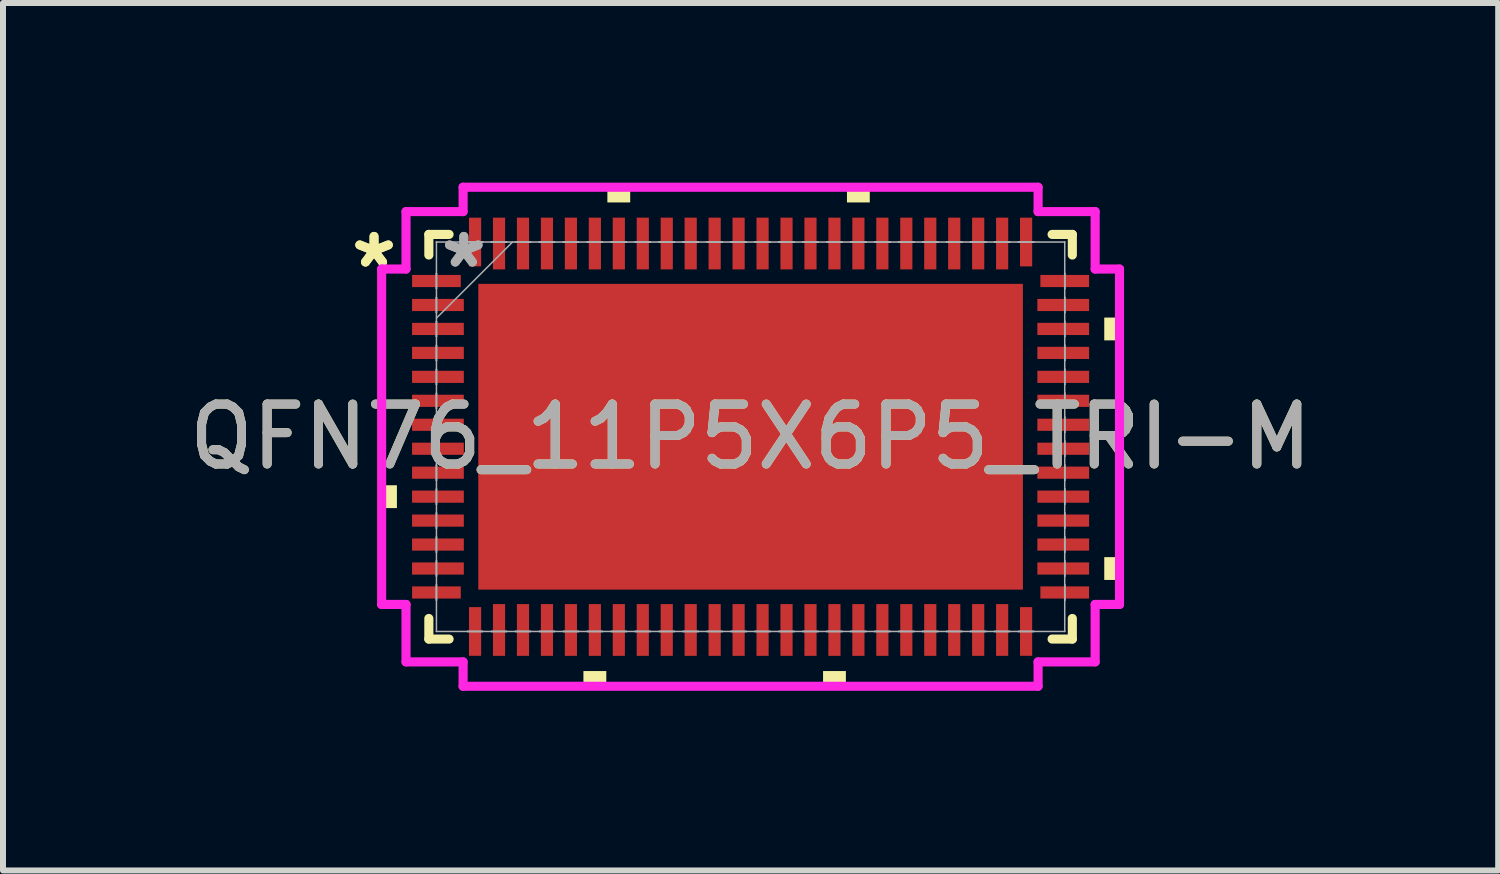
<source format=kicad_pcb>
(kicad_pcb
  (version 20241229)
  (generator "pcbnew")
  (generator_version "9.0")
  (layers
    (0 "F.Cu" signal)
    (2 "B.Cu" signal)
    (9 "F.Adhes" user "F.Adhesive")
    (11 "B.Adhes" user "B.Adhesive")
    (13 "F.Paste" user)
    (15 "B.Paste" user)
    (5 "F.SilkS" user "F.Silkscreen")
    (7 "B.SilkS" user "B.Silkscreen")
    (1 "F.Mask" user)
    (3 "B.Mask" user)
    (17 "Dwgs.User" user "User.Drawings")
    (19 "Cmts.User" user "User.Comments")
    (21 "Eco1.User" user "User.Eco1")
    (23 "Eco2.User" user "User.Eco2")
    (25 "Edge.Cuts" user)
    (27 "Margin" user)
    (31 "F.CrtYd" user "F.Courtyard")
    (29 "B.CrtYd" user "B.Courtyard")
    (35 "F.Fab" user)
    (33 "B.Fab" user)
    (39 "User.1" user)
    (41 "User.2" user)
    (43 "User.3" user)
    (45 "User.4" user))
  (footprint "QFN76_11P5X6P5_TRI-M"
    (layer "F.Cu")
    (at 9.482 4.242)
    (property "Reference" "QFN76_11P5X6P5_TRI-M" (at 0 0 0) (unlocked yes) (layer "F.SilkS") (effects (font (size 1 1) (thickness 0.15))))
    (attr smd)
    (fp_line (start -5.372 -3.378) (end -5.372 -3.034) (stroke (width 0.152) (type solid)) (layer "F.SilkS"))
    (fp_line (start -5.372 3.034) (end -5.372 3.378) (stroke (width 0.152) (type solid)) (layer "F.SilkS"))
    (fp_line (start -5.372 3.378) (end -5.034 3.378) (stroke (width 0.152) (type solid)) (layer "F.SilkS"))
    (fp_line (start -5.034 -3.378) (end -5.372 -3.378) (stroke (width 0.152) (type solid)) (layer "F.SilkS"))
    (fp_line (start 5.034 3.378) (end 5.372 3.378) (stroke (width 0.152) (type solid)) (layer "F.SilkS"))
    (fp_line (start 5.372 -3.378) (end 5.034 -3.378) (stroke (width 0.152) (type solid)) (layer "F.SilkS"))
    (fp_line (start 5.372 -3.034) (end 5.372 -3.378) (stroke (width 0.152) (type solid)) (layer "F.SilkS"))
    (fp_line (start 5.372 3.378) (end 5.372 3.034) (stroke (width 0.152) (type solid)) (layer "F.SilkS"))
    (fp_poly (pts (xy -6.16 0.81) (xy -6.16 1.191) (xy -5.905 1.191) (xy -5.905 0.81)) (stroke (width 0) (type solid)) (fill yes) (layer "F.SilkS"))
    (fp_poly (pts (xy -2.791 3.912) (xy -2.791 4.166) (xy -2.409 4.166) (xy -2.409 3.912)) (stroke (width 0) (type solid)) (fill yes) (layer "F.SilkS"))
    (fp_poly (pts (xy -2.391 -3.912) (xy -2.391 -4.166) (xy -2.01 -4.166) (xy -2.01 -3.912)) (stroke (width 0) (type solid)) (fill yes) (layer "F.SilkS"))
    (fp_poly (pts (xy 1.21 3.912) (xy 1.21 4.166) (xy 1.591 4.166) (xy 1.591 3.912)) (stroke (width 0) (type solid)) (fill yes) (layer "F.SilkS"))
    (fp_poly (pts (xy 1.609 -3.912) (xy 1.609 -4.166) (xy 1.99 -4.166) (xy 1.99 -3.912)) (stroke (width 0) (type solid)) (fill yes) (layer "F.SilkS"))
    (fp_poly (pts (xy 6.16 -1.99) (xy 6.16 -1.609) (xy 5.905 -1.609) (xy 5.905 -1.99)) (stroke (width 0) (type solid)) (fill yes) (layer "F.SilkS"))
    (fp_poly (pts (xy 6.16 2.01) (xy 6.16 2.391) (xy 5.905 2.391) (xy 5.905 2.01)) (stroke (width 0) (type solid)) (fill yes) (layer "F.SilkS"))
    (fp_poly (pts (xy -4.447 -2.453) (xy -4.447 -1.376) (xy -3.348 -1.376) (xy -3.348 -2.453)) (stroke (width 0) (type solid)) (fill yes) (layer "F.Paste"))
    (fp_poly (pts (xy -4.447 -1.176) (xy -4.447 -0.1) (xy -3.348 -0.1) (xy -3.348 -1.176)) (stroke (width 0) (type solid)) (fill yes) (layer "F.Paste"))
    (fp_poly (pts (xy -4.447 0.1) (xy -4.447 1.176) (xy -3.348 1.176) (xy -3.348 0.1)) (stroke (width 0) (type solid)) (fill yes) (layer "F.Paste"))
    (fp_poly (pts (xy -4.447 1.376) (xy -4.447 2.453) (xy -3.348 2.453) (xy -3.348 1.376)) (stroke (width 0) (type solid)) (fill yes) (layer "F.Paste"))
    (fp_poly (pts (xy -3.148 -2.453) (xy -3.148 -1.376) (xy -2.049 -1.376) (xy -2.049 -2.453)) (stroke (width 0) (type solid)) (fill yes) (layer "F.Paste"))
    (fp_poly (pts (xy -3.148 -1.176) (xy -3.148 -0.1) (xy -2.049 -0.1) (xy -2.049 -1.176)) (stroke (width 0) (type solid)) (fill yes) (layer "F.Paste"))
    (fp_poly (pts (xy -3.148 0.1) (xy -3.148 1.176) (xy -2.049 1.176) (xy -2.049 0.1)) (stroke (width 0) (type solid)) (fill yes) (layer "F.Paste"))
    (fp_poly (pts (xy -3.148 1.376) (xy -3.148 2.453) (xy -2.049 2.453) (xy -2.049 1.376)) (stroke (width 0) (type solid)) (fill yes) (layer "F.Paste"))
    (fp_poly (pts (xy -1.849 -2.453) (xy -1.849 -1.376) (xy -0.75 -1.376) (xy -0.75 -2.453)) (stroke (width 0) (type solid)) (fill yes) (layer "F.Paste"))
    (fp_poly (pts (xy -1.849 -1.176) (xy -1.849 -0.1) (xy -0.75 -0.1) (xy -0.75 -1.176)) (stroke (width 0) (type solid)) (fill yes) (layer "F.Paste"))
    (fp_poly (pts (xy -1.849 0.1) (xy -1.849 1.176) (xy -0.75 1.176) (xy -0.75 0.1)) (stroke (width 0) (type solid)) (fill yes) (layer "F.Paste"))
    (fp_poly (pts (xy -1.849 1.376) (xy -1.849 2.453) (xy -0.75 2.453) (xy -0.75 1.376)) (stroke (width 0) (type solid)) (fill yes) (layer "F.Paste"))
    (fp_poly (pts (xy -0.55 -2.453) (xy -0.55 -1.376) (xy 0.55 -1.376) (xy 0.55 -2.453)) (stroke (width 0) (type solid)) (fill yes) (layer "F.Paste"))
    (fp_poly (pts (xy -0.55 -1.176) (xy -0.55 -0.1) (xy 0.55 -0.1) (xy 0.55 -1.176)) (stroke (width 0) (type solid)) (fill yes) (layer "F.Paste"))
    (fp_poly (pts (xy -0.55 0.1) (xy -0.55 1.176) (xy 0.55 1.176) (xy 0.55 0.1)) (stroke (width 0) (type solid)) (fill yes) (layer "F.Paste"))
    (fp_poly (pts (xy -0.55 1.376) (xy -0.55 2.453) (xy 0.55 2.453) (xy 0.55 1.376)) (stroke (width 0) (type solid)) (fill yes) (layer "F.Paste"))
    (fp_poly (pts (xy 0.75 -2.453) (xy 0.75 -1.376) (xy 1.849 -1.376) (xy 1.849 -2.453)) (stroke (width 0) (type solid)) (fill yes) (layer "F.Paste"))
    (fp_poly (pts (xy 0.75 -1.176) (xy 0.75 -0.1) (xy 1.849 -0.1) (xy 1.849 -1.176)) (stroke (width 0) (type solid)) (fill yes) (layer "F.Paste"))
    (fp_poly (pts (xy 0.75 0.1) (xy 0.75 1.176) (xy 1.849 1.176) (xy 1.849 0.1)) (stroke (width 0) (type solid)) (fill yes) (layer "F.Paste"))
    (fp_poly (pts (xy 0.75 1.376) (xy 0.75 2.453) (xy 1.849 2.453) (xy 1.849 1.376)) (stroke (width 0) (type solid)) (fill yes) (layer "F.Paste"))
    (fp_poly (pts (xy 2.049 -2.453) (xy 2.049 -1.376) (xy 3.148 -1.376) (xy 3.148 -2.453)) (stroke (width 0) (type solid)) (fill yes) (layer "F.Paste"))
    (fp_poly (pts (xy 2.049 -1.176) (xy 2.049 -0.1) (xy 3.148 -0.1) (xy 3.148 -1.176)) (stroke (width 0) (type solid)) (fill yes) (layer "F.Paste"))
    (fp_poly (pts (xy 2.049 0.1) (xy 2.049 1.176) (xy 3.148 1.176) (xy 3.148 0.1)) (stroke (width 0) (type solid)) (fill yes) (layer "F.Paste"))
    (fp_poly (pts (xy 2.049 1.376) (xy 2.049 2.453) (xy 3.148 2.453) (xy 3.148 1.376)) (stroke (width 0) (type solid)) (fill yes) (layer "F.Paste"))
    (fp_poly (pts (xy 3.348 -2.453) (xy 3.348 -1.376) (xy 4.447 -1.376) (xy 4.447 -2.453)) (stroke (width 0) (type solid)) (fill yes) (layer "F.Paste"))
    (fp_poly (pts (xy 3.348 -1.176) (xy 3.348 -0.1) (xy 4.447 -0.1) (xy 4.447 -1.176)) (stroke (width 0) (type solid)) (fill yes) (layer "F.Paste"))
    (fp_poly (pts (xy 3.348 0.1) (xy 3.348 1.176) (xy 4.447 1.176) (xy 4.447 0.1)) (stroke (width 0) (type solid)) (fill yes) (layer "F.Paste"))
    (fp_poly (pts (xy 3.348 1.376) (xy 3.348 2.453) (xy 4.447 2.453) (xy 4.447 1.376)) (stroke (width 0) (type solid)) (fill yes) (layer "F.Paste"))
    (fp_line (start -6.16 -2.8) (end -5.753 -2.8) (stroke (width 0.152) (type solid)) (layer "F.CrtYd"))
    (fp_line (start -6.16 2.8) (end -6.16 -2.8) (stroke (width 0.152) (type solid)) (layer "F.CrtYd"))
    (fp_line (start -5.753 -3.759) (end -4.8 -3.759) (stroke (width 0.152) (type solid)) (layer "F.CrtYd"))
    (fp_line (start -5.753 -2.8) (end -5.753 -3.759) (stroke (width 0.152) (type solid)) (layer "F.CrtYd"))
    (fp_line (start -5.753 2.8) (end -6.16 2.8) (stroke (width 0.152) (type solid)) (layer "F.CrtYd"))
    (fp_line (start -5.753 3.759) (end -5.753 2.8) (stroke (width 0.152) (type solid)) (layer "F.CrtYd"))
    (fp_line (start -4.8 -4.166) (end 4.8 -4.166) (stroke (width 0.152) (type solid)) (layer "F.CrtYd"))
    (fp_line (start -4.8 -3.759) (end -4.8 -4.166) (stroke (width 0.152) (type solid)) (layer "F.CrtYd"))
    (fp_line (start -4.8 3.759) (end -5.753 3.759) (stroke (width 0.152) (type solid)) (layer "F.CrtYd"))
    (fp_line (start -4.8 4.166) (end -4.8 3.759) (stroke (width 0.152) (type solid)) (layer "F.CrtYd"))
    (fp_line (start 4.8 -4.166) (end 4.8 -3.759) (stroke (width 0.152) (type solid)) (layer "F.CrtYd"))
    (fp_line (start 4.8 -3.759) (end 5.753 -3.759) (stroke (width 0.152) (type solid)) (layer "F.CrtYd"))
    (fp_line (start 4.8 3.759) (end 4.8 4.166) (stroke (width 0.152) (type solid)) (layer "F.CrtYd"))
    (fp_line (start 4.8 4.166) (end -4.8 4.166) (stroke (width 0.152) (type solid)) (layer "F.CrtYd"))
    (fp_line (start 5.753 -3.759) (end 5.753 -2.8) (stroke (width 0.152) (type solid)) (layer "F.CrtYd"))
    (fp_line (start 5.753 -2.8) (end 6.16 -2.8) (stroke (width 0.152) (type solid)) (layer "F.CrtYd"))
    (fp_line (start 5.753 2.8) (end 5.753 3.759) (stroke (width 0.152) (type solid)) (layer "F.CrtYd"))
    (fp_line (start 5.753 3.759) (end 4.8 3.759) (stroke (width 0.152) (type solid)) (layer "F.CrtYd"))
    (fp_line (start 6.16 -2.8) (end 6.16 2.8) (stroke (width 0.152) (type solid)) (layer "F.CrtYd"))
    (fp_line (start 6.16 2.8) (end 5.753 2.8) (stroke (width 0.152) (type solid)) (layer "F.CrtYd"))
    (fp_line (start -5.245 -3.251) (end -5.245 -3.251) (stroke (width 0.025) (type solid)) (layer "F.Fab"))
    (fp_line (start -5.245 -3.251) (end -5.245 3.251) (stroke (width 0.025) (type solid)) (layer "F.Fab"))
    (fp_line (start -5.245 -2.727) (end -5.245 -2.727) (stroke (width 0.025) (type solid)) (layer "F.Fab"))
    (fp_line (start -5.245 -2.727) (end -5.245 -2.473) (stroke (width 0.025) (type solid)) (layer "F.Fab"))
    (fp_line (start -5.245 -2.473) (end -5.245 -2.727) (stroke (width 0.025) (type solid)) (layer "F.Fab"))
    (fp_line (start -5.245 -2.473) (end -5.245 -2.473) (stroke (width 0.025) (type solid)) (layer "F.Fab"))
    (fp_line (start -5.245 -2.327) (end -5.245 -2.327) (stroke (width 0.025) (type solid)) (layer "F.Fab"))
    (fp_line (start -5.245 -2.327) (end -5.245 -2.073) (stroke (width 0.025) (type solid)) (layer "F.Fab"))
    (fp_line (start -5.245 -2.073) (end -5.245 -2.327) (stroke (width 0.025) (type solid)) (layer "F.Fab"))
    (fp_line (start -5.245 -2.073) (end -5.245 -2.073) (stroke (width 0.025) (type solid)) (layer "F.Fab"))
    (fp_line (start -5.245 -1.981) (end -3.975 -3.251) (stroke (width 0.025) (type solid)) (layer "F.Fab"))
    (fp_line (start -5.245 -1.927) (end -5.245 -1.927) (stroke (width 0.025) (type solid)) (layer "F.Fab"))
    (fp_line (start -5.245 -1.927) (end -5.245 -1.673) (stroke (width 0.025) (type solid)) (layer "F.Fab"))
    (fp_line (start -5.245 -1.673) (end -5.245 -1.927) (stroke (width 0.025) (type solid)) (layer "F.Fab"))
    (fp_line (start -5.245 -1.673) (end -5.245 -1.673) (stroke (width 0.025) (type solid)) (layer "F.Fab"))
    (fp_line (start -5.245 -1.527) (end -5.245 -1.527) (stroke (width 0.025) (type solid)) (layer "F.Fab"))
    (fp_line (start -5.245 -1.527) (end -5.245 -1.273) (stroke (width 0.025) (type solid)) (layer "F.Fab"))
    (fp_line (start -5.245 -1.273) (end -5.245 -1.527) (stroke (width 0.025) (type solid)) (layer "F.Fab"))
    (fp_line (start -5.245 -1.273) (end -5.245 -1.273) (stroke (width 0.025) (type solid)) (layer "F.Fab"))
    (fp_line (start -5.245 -1.127) (end -5.245 -1.127) (stroke (width 0.025) (type solid)) (layer "F.Fab"))
    (fp_line (start -5.245 -1.127) (end -5.245 -0.873) (stroke (width 0.025) (type solid)) (layer "F.Fab"))
    (fp_line (start -5.245 -0.873) (end -5.245 -1.127) (stroke (width 0.025) (type solid)) (layer "F.Fab"))
    (fp_line (start -5.245 -0.873) (end -5.245 -0.873) (stroke (width 0.025) (type solid)) (layer "F.Fab"))
    (fp_line (start -5.245 -0.727) (end -5.245 -0.727) (stroke (width 0.025) (type solid)) (layer "F.Fab"))
    (fp_line (start -5.245 -0.727) (end -5.245 -0.473) (stroke (width 0.025) (type solid)) (layer "F.Fab"))
    (fp_line (start -5.245 -0.473) (end -5.245 -0.727) (stroke (width 0.025) (type solid)) (layer "F.Fab"))
    (fp_line (start -5.245 -0.473) (end -5.245 -0.473) (stroke (width 0.025) (type solid)) (layer "F.Fab"))
    (fp_line (start -5.245 -0.327) (end -5.245 -0.327) (stroke (width 0.025) (type solid)) (layer "F.Fab"))
    (fp_line (start -5.245 -0.327) (end -5.245 -0.073) (stroke (width 0.025) (type solid)) (layer "F.Fab"))
    (fp_line (start -5.245 -0.073) (end -5.245 -0.327) (stroke (width 0.025) (type solid)) (layer "F.Fab"))
    (fp_line (start -5.245 -0.073) (end -5.245 -0.073) (stroke (width 0.025) (type solid)) (layer "F.Fab"))
    (fp_line (start -5.245 0.073) (end -5.245 0.073) (stroke (width 0.025) (type solid)) (layer "F.Fab"))
    (fp_line (start -5.245 0.073) (end -5.245 0.327) (stroke (width 0.025) (type solid)) (layer "F.Fab"))
    (fp_line (start -5.245 0.327) (end -5.245 0.073) (stroke (width 0.025) (type solid)) (layer "F.Fab"))
    (fp_line (start -5.245 0.327) (end -5.245 0.327) (stroke (width 0.025) (type solid)) (layer "F.Fab"))
    (fp_line (start -5.245 0.473) (end -5.245 0.473) (stroke (width 0.025) (type solid)) (layer "F.Fab"))
    (fp_line (start -5.245 0.473) (end -5.245 0.727) (stroke (width 0.025) (type solid)) (layer "F.Fab"))
    (fp_line (start -5.245 0.727) (end -5.245 0.473) (stroke (width 0.025) (type solid)) (layer "F.Fab"))
    (fp_line (start -5.245 0.727) (end -5.245 0.727) (stroke (width 0.025) (type solid)) (layer "F.Fab"))
    (fp_line (start -5.245 0.873) (end -5.245 0.873) (stroke (width 0.025) (type solid)) (layer "F.Fab"))
    (fp_line (start -5.245 0.873) (end -5.245 1.127) (stroke (width 0.025) (type solid)) (layer "F.Fab"))
    (fp_line (start -5.245 1.127) (end -5.245 0.873) (stroke (width 0.025) (type solid)) (layer "F.Fab"))
    (fp_line (start -5.245 1.127) (end -5.245 1.127) (stroke (width 0.025) (type solid)) (layer "F.Fab"))
    (fp_line (start -5.245 1.273) (end -5.245 1.273) (stroke (width 0.025) (type solid)) (layer "F.Fab"))
    (fp_line (start -5.245 1.273) (end -5.245 1.527) (stroke (width 0.025) (type solid)) (layer "F.Fab"))
    (fp_line (start -5.245 1.527) (end -5.245 1.273) (stroke (width 0.025) (type solid)) (layer "F.Fab"))
    (fp_line (start -5.245 1.527) (end -5.245 1.527) (stroke (width 0.025) (type solid)) (layer "F.Fab"))
    (fp_line (start -5.245 1.673) (end -5.245 1.673) (stroke (width 0.025) (type solid)) (layer "F.Fab"))
    (fp_line (start -5.245 1.673) (end -5.245 1.927) (stroke (width 0.025) (type solid)) (layer "F.Fab"))
    (fp_line (start -5.245 1.927) (end -5.245 1.673) (stroke (width 0.025) (type solid)) (layer "F.Fab"))
    (fp_line (start -5.245 1.927) (end -5.245 1.927) (stroke (width 0.025) (type solid)) (layer "F.Fab"))
    (fp_line (start -5.245 2.073) (end -5.245 2.073) (stroke (width 0.025) (type solid)) (layer "F.Fab"))
    (fp_line (start -5.245 2.073) (end -5.245 2.327) (stroke (width 0.025) (type solid)) (layer "F.Fab"))
    (fp_line (start -5.245 2.327) (end -5.245 2.073) (stroke (width 0.025) (type solid)) (layer "F.Fab"))
    (fp_line (start -5.245 2.327) (end -5.245 2.327) (stroke (width 0.025) (type solid)) (layer "F.Fab"))
    (fp_line (start -5.245 2.473) (end -5.245 2.473) (stroke (width 0.025) (type solid)) (layer "F.Fab"))
    (fp_line (start -5.245 2.473) (end -5.245 2.727) (stroke (width 0.025) (type solid)) (layer "F.Fab"))
    (fp_line (start -5.245 2.727) (end -5.245 2.473) (stroke (width 0.025) (type solid)) (layer "F.Fab"))
    (fp_line (start -5.245 2.727) (end -5.245 2.727) (stroke (width 0.025) (type solid)) (layer "F.Fab"))
    (fp_line (start -5.245 3.251) (end -5.245 3.251) (stroke (width 0.025) (type solid)) (layer "F.Fab"))
    (fp_line (start -5.245 3.251) (end 5.245 3.251) (stroke (width 0.025) (type solid)) (layer "F.Fab"))
    (fp_line (start -4.727 -3.251) (end -4.727 -3.251) (stroke (width 0.025) (type solid)) (layer "F.Fab"))
    (fp_line (start -4.727 -3.251) (end -4.473 -3.251) (stroke (width 0.025) (type solid)) (layer "F.Fab"))
    (fp_line (start -4.727 3.251) (end -4.727 3.251) (stroke (width 0.025) (type solid)) (layer "F.Fab"))
    (fp_line (start -4.727 3.251) (end -4.473 3.251) (stroke (width 0.025) (type solid)) (layer "F.Fab"))
    (fp_line (start -4.473 -3.251) (end -4.727 -3.251) (stroke (width 0.025) (type solid)) (layer "F.Fab"))
    (fp_line (start -4.473 -3.251) (end -4.473 -3.251) (stroke (width 0.025) (type solid)) (layer "F.Fab"))
    (fp_line (start -4.473 3.251) (end -4.727 3.251) (stroke (width 0.025) (type solid)) (layer "F.Fab"))
    (fp_line (start -4.473 3.251) (end -4.473 3.251) (stroke (width 0.025) (type solid)) (layer "F.Fab"))
    (fp_line (start -4.327 -3.251) (end -4.327 -3.251) (stroke (width 0.025) (type solid)) (layer "F.Fab"))
    (fp_line (start -4.327 -3.251) (end -4.073 -3.251) (stroke (width 0.025) (type solid)) (layer "F.Fab"))
    (fp_line (start -4.327 3.251) (end -4.327 3.251) (stroke (width 0.025) (type solid)) (layer "F.Fab"))
    (fp_line (start -4.327 3.251) (end -4.073 3.251) (stroke (width 0.025) (type solid)) (layer "F.Fab"))
    (fp_line (start -4.073 -3.251) (end -4.327 -3.251) (stroke (width 0.025) (type solid)) (layer "F.Fab"))
    (fp_line (start -4.073 -3.251) (end -4.073 -3.251) (stroke (width 0.025) (type solid)) (layer "F.Fab"))
    (fp_line (start -4.073 3.251) (end -4.327 3.251) (stroke (width 0.025) (type solid)) (layer "F.Fab"))
    (fp_line (start -4.073 3.251) (end -4.073 3.251) (stroke (width 0.025) (type solid)) (layer "F.Fab"))
    (fp_line (start -3.927 -3.251) (end -3.927 -3.251) (stroke (width 0.025) (type solid)) (layer "F.Fab"))
    (fp_line (start -3.927 -3.251) (end -3.673 -3.251) (stroke (width 0.025) (type solid)) (layer "F.Fab"))
    (fp_line (start -3.927 3.251) (end -3.927 3.251) (stroke (width 0.025) (type solid)) (layer "F.Fab"))
    (fp_line (start -3.927 3.251) (end -3.673 3.251) (stroke (width 0.025) (type solid)) (layer "F.Fab"))
    (fp_line (start -3.673 -3.251) (end -3.927 -3.251) (stroke (width 0.025) (type solid)) (layer "F.Fab"))
    (fp_line (start -3.673 -3.251) (end -3.673 -3.251) (stroke (width 0.025) (type solid)) (layer "F.Fab"))
    (fp_line (start -3.673 3.251) (end -3.927 3.251) (stroke (width 0.025) (type solid)) (layer "F.Fab"))
    (fp_line (start -3.673 3.251) (end -3.673 3.251) (stroke (width 0.025) (type solid)) (layer "F.Fab"))
    (fp_line (start -3.527 -3.251) (end -3.527 -3.251) (stroke (width 0.025) (type solid)) (layer "F.Fab"))
    (fp_line (start -3.527 -3.251) (end -3.273 -3.251) (stroke (width 0.025) (type solid)) (layer "F.Fab"))
    (fp_line (start -3.527 3.251) (end -3.527 3.251) (stroke (width 0.025) (type solid)) (layer "F.Fab"))
    (fp_line (start -3.527 3.251) (end -3.273 3.251) (stroke (width 0.025) (type solid)) (layer "F.Fab"))
    (fp_line (start -3.273 -3.251) (end -3.527 -3.251) (stroke (width 0.025) (type solid)) (layer "F.Fab"))
    (fp_line (start -3.273 -3.251) (end -3.273 -3.251) (stroke (width 0.025) (type solid)) (layer "F.Fab"))
    (fp_line (start -3.273 3.251) (end -3.527 3.251) (stroke (width 0.025) (type solid)) (layer "F.Fab"))
    (fp_line (start -3.273 3.251) (end -3.273 3.251) (stroke (width 0.025) (type solid)) (layer "F.Fab"))
    (fp_line (start -3.127 -3.251) (end -3.127 -3.251) (stroke (width 0.025) (type solid)) (layer "F.Fab"))
    (fp_line (start -3.127 -3.251) (end -2.873 -3.251) (stroke (width 0.025) (type solid)) (layer "F.Fab"))
    (fp_line (start -3.127 3.251) (end -3.127 3.251) (stroke (width 0.025) (type solid)) (layer "F.Fab"))
    (fp_line (start -3.127 3.251) (end -2.873 3.251) (stroke (width 0.025) (type solid)) (layer "F.Fab"))
    (fp_line (start -2.873 -3.251) (end -3.127 -3.251) (stroke (width 0.025) (type solid)) (layer "F.Fab"))
    (fp_line (start -2.873 -3.251) (end -2.873 -3.251) (stroke (width 0.025) (type solid)) (layer "F.Fab"))
    (fp_line (start -2.873 3.251) (end -3.127 3.251) (stroke (width 0.025) (type solid)) (layer "F.Fab"))
    (fp_line (start -2.873 3.251) (end -2.873 3.251) (stroke (width 0.025) (type solid)) (layer "F.Fab"))
    (fp_line (start -2.727 -3.251) (end -2.727 -3.251) (stroke (width 0.025) (type solid)) (layer "F.Fab"))
    (fp_line (start -2.727 -3.251) (end -2.473 -3.251) (stroke (width 0.025) (type solid)) (layer "F.Fab"))
    (fp_line (start -2.727 3.251) (end -2.727 3.251) (stroke (width 0.025) (type solid)) (layer "F.Fab"))
    (fp_line (start -2.727 3.251) (end -2.473 3.251) (stroke (width 0.025) (type solid)) (layer "F.Fab"))
    (fp_line (start -2.473 -3.251) (end -2.727 -3.251) (stroke (width 0.025) (type solid)) (layer "F.Fab"))
    (fp_line (start -2.473 -3.251) (end -2.473 -3.251) (stroke (width 0.025) (type solid)) (layer "F.Fab"))
    (fp_line (start -2.473 3.251) (end -2.727 3.251) (stroke (width 0.025) (type solid)) (layer "F.Fab"))
    (fp_line (start -2.473 3.251) (end -2.473 3.251) (stroke (width 0.025) (type solid)) (layer "F.Fab"))
    (fp_line (start -2.327 -3.251) (end -2.327 -3.251) (stroke (width 0.025) (type solid)) (layer "F.Fab"))
    (fp_line (start -2.327 -3.251) (end -2.073 -3.251) (stroke (width 0.025) (type solid)) (layer "F.Fab"))
    (fp_line (start -2.327 3.251) (end -2.327 3.251) (stroke (width 0.025) (type solid)) (layer "F.Fab"))
    (fp_line (start -2.327 3.251) (end -2.073 3.251) (stroke (width 0.025) (type solid)) (layer "F.Fab"))
    (fp_line (start -2.073 -3.251) (end -2.327 -3.251) (stroke (width 0.025) (type solid)) (layer "F.Fab"))
    (fp_line (start -2.073 -3.251) (end -2.073 -3.251) (stroke (width 0.025) (type solid)) (layer "F.Fab"))
    (fp_line (start -2.073 3.251) (end -2.327 3.251) (stroke (width 0.025) (type solid)) (layer "F.Fab"))
    (fp_line (start -2.073 3.251) (end -2.073 3.251) (stroke (width 0.025) (type solid)) (layer "F.Fab"))
    (fp_line (start -1.927 -3.251) (end -1.927 -3.251) (stroke (width 0.025) (type solid)) (layer "F.Fab"))
    (fp_line (start -1.927 -3.251) (end -1.673 -3.251) (stroke (width 0.025) (type solid)) (layer "F.Fab"))
    (fp_line (start -1.927 3.251) (end -1.927 3.251) (stroke (width 0.025) (type solid)) (layer "F.Fab"))
    (fp_line (start -1.927 3.251) (end -1.673 3.251) (stroke (width 0.025) (type solid)) (layer "F.Fab"))
    (fp_line (start -1.673 -3.251) (end -1.927 -3.251) (stroke (width 0.025) (type solid)) (layer "F.Fab"))
    (fp_line (start -1.673 -3.251) (end -1.673 -3.251) (stroke (width 0.025) (type solid)) (layer "F.Fab"))
    (fp_line (start -1.673 3.251) (end -1.927 3.251) (stroke (width 0.025) (type solid)) (layer "F.Fab"))
    (fp_line (start -1.673 3.251) (end -1.673 3.251) (stroke (width 0.025) (type solid)) (layer "F.Fab"))
    (fp_line (start -1.527 -3.251) (end -1.527 -3.251) (stroke (width 0.025) (type solid)) (layer "F.Fab"))
    (fp_line (start -1.527 -3.251) (end -1.273 -3.251) (stroke (width 0.025) (type solid)) (layer "F.Fab"))
    (fp_line (start -1.527 3.251) (end -1.527 3.251) (stroke (width 0.025) (type solid)) (layer "F.Fab"))
    (fp_line (start -1.527 3.251) (end -1.273 3.251) (stroke (width 0.025) (type solid)) (layer "F.Fab"))
    (fp_line (start -1.273 -3.251) (end -1.527 -3.251) (stroke (width 0.025) (type solid)) (layer "F.Fab"))
    (fp_line (start -1.273 -3.251) (end -1.273 -3.251) (stroke (width 0.025) (type solid)) (layer "F.Fab"))
    (fp_line (start -1.273 3.251) (end -1.527 3.251) (stroke (width 0.025) (type solid)) (layer "F.Fab"))
    (fp_line (start -1.273 3.251) (end -1.273 3.251) (stroke (width 0.025) (type solid)) (layer "F.Fab"))
    (fp_line (start -1.127 -3.251) (end -1.127 -3.251) (stroke (width 0.025) (type solid)) (layer "F.Fab"))
    (fp_line (start -1.127 -3.251) (end -0.873 -3.251) (stroke (width 0.025) (type solid)) (layer "F.Fab"))
    (fp_line (start -1.127 3.251) (end -1.127 3.251) (stroke (width 0.025) (type solid)) (layer "F.Fab"))
    (fp_line (start -1.127 3.251) (end -0.873 3.251) (stroke (width 0.025) (type solid)) (layer "F.Fab"))
    (fp_line (start -0.873 -3.251) (end -1.127 -3.251) (stroke (width 0.025) (type solid)) (layer "F.Fab"))
    (fp_line (start -0.873 -3.251) (end -0.873 -3.251) (stroke (width 0.025) (type solid)) (layer "F.Fab"))
    (fp_line (start -0.873 3.251) (end -1.127 3.251) (stroke (width 0.025) (type solid)) (layer "F.Fab"))
    (fp_line (start -0.873 3.251) (end -0.873 3.251) (stroke (width 0.025) (type solid)) (layer "F.Fab"))
    (fp_line (start -0.727 -3.251) (end -0.727 -3.251) (stroke (width 0.025) (type solid)) (layer "F.Fab"))
    (fp_line (start -0.727 -3.251) (end -0.473 -3.251) (stroke (width 0.025) (type solid)) (layer "F.Fab"))
    (fp_line (start -0.727 3.251) (end -0.727 3.251) (stroke (width 0.025) (type solid)) (layer "F.Fab"))
    (fp_line (start -0.727 3.251) (end -0.473 3.251) (stroke (width 0.025) (type solid)) (layer "F.Fab"))
    (fp_line (start -0.473 -3.251) (end -0.727 -3.251) (stroke (width 0.025) (type solid)) (layer "F.Fab"))
    (fp_line (start -0.473 -3.251) (end -0.473 -3.251) (stroke (width 0.025) (type solid)) (layer "F.Fab"))
    (fp_line (start -0.473 3.251) (end -0.727 3.251) (stroke (width 0.025) (type solid)) (layer "F.Fab"))
    (fp_line (start -0.473 3.251) (end -0.473 3.251) (stroke (width 0.025) (type solid)) (layer "F.Fab"))
    (fp_line (start -0.327 -3.251) (end -0.327 -3.251) (stroke (width 0.025) (type solid)) (layer "F.Fab"))
    (fp_line (start -0.327 -3.251) (end -0.073 -3.251) (stroke (width 0.025) (type solid)) (layer "F.Fab"))
    (fp_line (start -0.327 3.251) (end -0.327 3.251) (stroke (width 0.025) (type solid)) (layer "F.Fab"))
    (fp_line (start -0.327 3.251) (end -0.073 3.251) (stroke (width 0.025) (type solid)) (layer "F.Fab"))
    (fp_line (start -0.073 -3.251) (end -0.327 -3.251) (stroke (width 0.025) (type solid)) (layer "F.Fab"))
    (fp_line (start -0.073 -3.251) (end -0.073 -3.251) (stroke (width 0.025) (type solid)) (layer "F.Fab"))
    (fp_line (start -0.073 3.251) (end -0.327 3.251) (stroke (width 0.025) (type solid)) (layer "F.Fab"))
    (fp_line (start -0.073 3.251) (end -0.073 3.251) (stroke (width 0.025) (type solid)) (layer "F.Fab"))
    (fp_line (start 0.073 -3.251) (end 0.073 -3.251) (stroke (width 0.025) (type solid)) (layer "F.Fab"))
    (fp_line (start 0.073 -3.251) (end 0.327 -3.251) (stroke (width 0.025) (type solid)) (layer "F.Fab"))
    (fp_line (start 0.073 3.251) (end 0.073 3.251) (stroke (width 0.025) (type solid)) (layer "F.Fab"))
    (fp_line (start 0.073 3.251) (end 0.327 3.251) (stroke (width 0.025) (type solid)) (layer "F.Fab"))
    (fp_line (start 0.327 -3.251) (end 0.073 -3.251) (stroke (width 0.025) (type solid)) (layer "F.Fab"))
    (fp_line (start 0.327 -3.251) (end 0.327 -3.251) (stroke (width 0.025) (type solid)) (layer "F.Fab"))
    (fp_line (start 0.327 3.251) (end 0.073 3.251) (stroke (width 0.025) (type solid)) (layer "F.Fab"))
    (fp_line (start 0.327 3.251) (end 0.327 3.251) (stroke (width 0.025) (type solid)) (layer "F.Fab"))
    (fp_line (start 0.473 -3.251) (end 0.473 -3.251) (stroke (width 0.025) (type solid)) (layer "F.Fab"))
    (fp_line (start 0.473 -3.251) (end 0.727 -3.251) (stroke (width 0.025) (type solid)) (layer "F.Fab"))
    (fp_line (start 0.473 3.251) (end 0.473 3.251) (stroke (width 0.025) (type solid)) (layer "F.Fab"))
    (fp_line (start 0.473 3.251) (end 0.727 3.251) (stroke (width 0.025) (type solid)) (layer "F.Fab"))
    (fp_line (start 0.727 -3.251) (end 0.473 -3.251) (stroke (width 0.025) (type solid)) (layer "F.Fab"))
    (fp_line (start 0.727 -3.251) (end 0.727 -3.251) (stroke (width 0.025) (type solid)) (layer "F.Fab"))
    (fp_line (start 0.727 3.251) (end 0.473 3.251) (stroke (width 0.025) (type solid)) (layer "F.Fab"))
    (fp_line (start 0.727 3.251) (end 0.727 3.251) (stroke (width 0.025) (type solid)) (layer "F.Fab"))
    (fp_line (start 0.873 -3.251) (end 0.873 -3.251) (stroke (width 0.025) (type solid)) (layer "F.Fab"))
    (fp_line (start 0.873 -3.251) (end 1.127 -3.251) (stroke (width 0.025) (type solid)) (layer "F.Fab"))
    (fp_line (start 0.873 3.251) (end 0.873 3.251) (stroke (width 0.025) (type solid)) (layer "F.Fab"))
    (fp_line (start 0.873 3.251) (end 1.127 3.251) (stroke (width 0.025) (type solid)) (layer "F.Fab"))
    (fp_line (start 1.127 -3.251) (end 0.873 -3.251) (stroke (width 0.025) (type solid)) (layer "F.Fab"))
    (fp_line (start 1.127 -3.251) (end 1.127 -3.251) (stroke (width 0.025) (type solid)) (layer "F.Fab"))
    (fp_line (start 1.127 3.251) (end 0.873 3.251) (stroke (width 0.025) (type solid)) (layer "F.Fab"))
    (fp_line (start 1.127 3.251) (end 1.127 3.251) (stroke (width 0.025) (type solid)) (layer "F.Fab"))
    (fp_line (start 1.273 -3.251) (end 1.273 -3.251) (stroke (width 0.025) (type solid)) (layer "F.Fab"))
    (fp_line (start 1.273 -3.251) (end 1.527 -3.251) (stroke (width 0.025) (type solid)) (layer "F.Fab"))
    (fp_line (start 1.273 3.251) (end 1.273 3.251) (stroke (width 0.025) (type solid)) (layer "F.Fab"))
    (fp_line (start 1.273 3.251) (end 1.527 3.251) (stroke (width 0.025) (type solid)) (layer "F.Fab"))
    (fp_line (start 1.527 -3.251) (end 1.273 -3.251) (stroke (width 0.025) (type solid)) (layer "F.Fab"))
    (fp_line (start 1.527 -3.251) (end 1.527 -3.251) (stroke (width 0.025) (type solid)) (layer "F.Fab"))
    (fp_line (start 1.527 3.251) (end 1.273 3.251) (stroke (width 0.025) (type solid)) (layer "F.Fab"))
    (fp_line (start 1.527 3.251) (end 1.527 3.251) (stroke (width 0.025) (type solid)) (layer "F.Fab"))
    (fp_line (start 1.673 -3.251) (end 1.673 -3.251) (stroke (width 0.025) (type solid)) (layer "F.Fab"))
    (fp_line (start 1.673 -3.251) (end 1.927 -3.251) (stroke (width 0.025) (type solid)) (layer "F.Fab"))
    (fp_line (start 1.673 3.251) (end 1.673 3.251) (stroke (width 0.025) (type solid)) (layer "F.Fab"))
    (fp_line (start 1.673 3.251) (end 1.927 3.251) (stroke (width 0.025) (type solid)) (layer "F.Fab"))
    (fp_line (start 1.927 -3.251) (end 1.673 -3.251) (stroke (width 0.025) (type solid)) (layer "F.Fab"))
    (fp_line (start 1.927 -3.251) (end 1.927 -3.251) (stroke (width 0.025) (type solid)) (layer "F.Fab"))
    (fp_line (start 1.927 3.251) (end 1.673 3.251) (stroke (width 0.025) (type solid)) (layer "F.Fab"))
    (fp_line (start 1.927 3.251) (end 1.927 3.251) (stroke (width 0.025) (type solid)) (layer "F.Fab"))
    (fp_line (start 2.073 -3.251) (end 2.073 -3.251) (stroke (width 0.025) (type solid)) (layer "F.Fab"))
    (fp_line (start 2.073 -3.251) (end 2.327 -3.251) (stroke (width 0.025) (type solid)) (layer "F.Fab"))
    (fp_line (start 2.073 3.251) (end 2.073 3.251) (stroke (width 0.025) (type solid)) (layer "F.Fab"))
    (fp_line (start 2.073 3.251) (end 2.327 3.251) (stroke (width 0.025) (type solid)) (layer "F.Fab"))
    (fp_line (start 2.327 -3.251) (end 2.073 -3.251) (stroke (width 0.025) (type solid)) (layer "F.Fab"))
    (fp_line (start 2.327 -3.251) (end 2.327 -3.251) (stroke (width 0.025) (type solid)) (layer "F.Fab"))
    (fp_line (start 2.327 3.251) (end 2.073 3.251) (stroke (width 0.025) (type solid)) (layer "F.Fab"))
    (fp_line (start 2.327 3.251) (end 2.327 3.251) (stroke (width 0.025) (type solid)) (layer "F.Fab"))
    (fp_line (start 2.473 -3.251) (end 2.473 -3.251) (stroke (width 0.025) (type solid)) (layer "F.Fab"))
    (fp_line (start 2.473 -3.251) (end 2.727 -3.251) (stroke (width 0.025) (type solid)) (layer "F.Fab"))
    (fp_line (start 2.473 3.251) (end 2.473 3.251) (stroke (width 0.025) (type solid)) (layer "F.Fab"))
    (fp_line (start 2.473 3.251) (end 2.727 3.251) (stroke (width 0.025) (type solid)) (layer "F.Fab"))
    (fp_line (start 2.727 -3.251) (end 2.473 -3.251) (stroke (width 0.025) (type solid)) (layer "F.Fab"))
    (fp_line (start 2.727 -3.251) (end 2.727 -3.251) (stroke (width 0.025) (type solid)) (layer "F.Fab"))
    (fp_line (start 2.727 3.251) (end 2.473 3.251) (stroke (width 0.025) (type solid)) (layer "F.Fab"))
    (fp_line (start 2.727 3.251) (end 2.727 3.251) (stroke (width 0.025) (type solid)) (layer "F.Fab"))
    (fp_line (start 2.873 -3.251) (end 2.873 -3.251) (stroke (width 0.025) (type solid)) (layer "F.Fab"))
    (fp_line (start 2.873 -3.251) (end 3.127 -3.251) (stroke (width 0.025) (type solid)) (layer "F.Fab"))
    (fp_line (start 2.873 3.251) (end 2.873 3.251) (stroke (width 0.025) (type solid)) (layer "F.Fab"))
    (fp_line (start 2.873 3.251) (end 3.127 3.251) (stroke (width 0.025) (type solid)) (layer "F.Fab"))
    (fp_line (start 3.127 -3.251) (end 2.873 -3.251) (stroke (width 0.025) (type solid)) (layer "F.Fab"))
    (fp_line (start 3.127 -3.251) (end 3.127 -3.251) (stroke (width 0.025) (type solid)) (layer "F.Fab"))
    (fp_line (start 3.127 3.251) (end 2.873 3.251) (stroke (width 0.025) (type solid)) (layer "F.Fab"))
    (fp_line (start 3.127 3.251) (end 3.127 3.251) (stroke (width 0.025) (type solid)) (layer "F.Fab"))
    (fp_line (start 3.273 -3.251) (end 3.273 -3.251) (stroke (width 0.025) (type solid)) (layer "F.Fab"))
    (fp_line (start 3.273 -3.251) (end 3.527 -3.251) (stroke (width 0.025) (type solid)) (layer "F.Fab"))
    (fp_line (start 3.273 3.251) (end 3.273 3.251) (stroke (width 0.025) (type solid)) (layer "F.Fab"))
    (fp_line (start 3.273 3.251) (end 3.527 3.251) (stroke (width 0.025) (type solid)) (layer "F.Fab"))
    (fp_line (start 3.527 -3.251) (end 3.273 -3.251) (stroke (width 0.025) (type solid)) (layer "F.Fab"))
    (fp_line (start 3.527 -3.251) (end 3.527 -3.251) (stroke (width 0.025) (type solid)) (layer "F.Fab"))
    (fp_line (start 3.527 3.251) (end 3.273 3.251) (stroke (width 0.025) (type solid)) (layer "F.Fab"))
    (fp_line (start 3.527 3.251) (end 3.527 3.251) (stroke (width 0.025) (type solid)) (layer "F.Fab"))
    (fp_line (start 3.673 -3.251) (end 3.673 -3.251) (stroke (width 0.025) (type solid)) (layer "F.Fab"))
    (fp_line (start 3.673 -3.251) (end 3.927 -3.251) (stroke (width 0.025) (type solid)) (layer "F.Fab"))
    (fp_line (start 3.673 3.251) (end 3.673 3.251) (stroke (width 0.025) (type solid)) (layer "F.Fab"))
    (fp_line (start 3.673 3.251) (end 3.927 3.251) (stroke (width 0.025) (type solid)) (layer "F.Fab"))
    (fp_line (start 3.927 -3.251) (end 3.673 -3.251) (stroke (width 0.025) (type solid)) (layer "F.Fab"))
    (fp_line (start 3.927 -3.251) (end 3.927 -3.251) (stroke (width 0.025) (type solid)) (layer "F.Fab"))
    (fp_line (start 3.927 3.251) (end 3.673 3.251) (stroke (width 0.025) (type solid)) (layer "F.Fab"))
    (fp_line (start 3.927 3.251) (end 3.927 3.251) (stroke (width 0.025) (type solid)) (layer "F.Fab"))
    (fp_line (start 4.073 -3.251) (end 4.073 -3.251) (stroke (width 0.025) (type solid)) (layer "F.Fab"))
    (fp_line (start 4.073 -3.251) (end 4.327 -3.251) (stroke (width 0.025) (type solid)) (layer "F.Fab"))
    (fp_line (start 4.073 3.251) (end 4.073 3.251) (stroke (width 0.025) (type solid)) (layer "F.Fab"))
    (fp_line (start 4.073 3.251) (end 4.327 3.251) (stroke (width 0.025) (type solid)) (layer "F.Fab"))
    (fp_line (start 4.327 -3.251) (end 4.073 -3.251) (stroke (width 0.025) (type solid)) (layer "F.Fab"))
    (fp_line (start 4.327 -3.251) (end 4.327 -3.251) (stroke (width 0.025) (type solid)) (layer "F.Fab"))
    (fp_line (start 4.327 3.251) (end 4.073 3.251) (stroke (width 0.025) (type solid)) (layer "F.Fab"))
    (fp_line (start 4.327 3.251) (end 4.327 3.251) (stroke (width 0.025) (type solid)) (layer "F.Fab"))
    (fp_line (start 4.473 -3.251) (end 4.473 -3.251) (stroke (width 0.025) (type solid)) (layer "F.Fab"))
    (fp_line (start 4.473 -3.251) (end 4.727 -3.251) (stroke (width 0.025) (type solid)) (layer "F.Fab"))
    (fp_line (start 4.473 3.251) (end 4.473 3.251) (stroke (width 0.025) (type solid)) (layer "F.Fab"))
    (fp_line (start 4.473 3.251) (end 4.727 3.251) (stroke (width 0.025) (type solid)) (layer "F.Fab"))
    (fp_line (start 4.727 -3.251) (end 4.473 -3.251) (stroke (width 0.025) (type solid)) (layer "F.Fab"))
    (fp_line (start 4.727 -3.251) (end 4.727 -3.251) (stroke (width 0.025) (type solid)) (layer "F.Fab"))
    (fp_line (start 4.727 3.251) (end 4.473 3.251) (stroke (width 0.025) (type solid)) (layer "F.Fab"))
    (fp_line (start 4.727 3.251) (end 4.727 3.251) (stroke (width 0.025) (type solid)) (layer "F.Fab"))
    (fp_line (start 5.245 -3.251) (end -5.245 -3.251) (stroke (width 0.025) (type solid)) (layer "F.Fab"))
    (fp_line (start 5.245 -3.251) (end 5.245 -3.251) (stroke (width 0.025) (type solid)) (layer "F.Fab"))
    (fp_line (start 5.245 -2.727) (end 5.245 -2.727) (stroke (width 0.025) (type solid)) (layer "F.Fab"))
    (fp_line (start 5.245 -2.727) (end 5.245 -2.473) (stroke (width 0.025) (type solid)) (layer "F.Fab"))
    (fp_line (start 5.245 -2.473) (end 5.245 -2.727) (stroke (width 0.025) (type solid)) (layer "F.Fab"))
    (fp_line (start 5.245 -2.473) (end 5.245 -2.473) (stroke (width 0.025) (type solid)) (layer "F.Fab"))
    (fp_line (start 5.245 -2.327) (end 5.245 -2.327) (stroke (width 0.025) (type solid)) (layer "F.Fab"))
    (fp_line (start 5.245 -2.327) (end 5.245 -2.073) (stroke (width 0.025) (type solid)) (layer "F.Fab"))
    (fp_line (start 5.245 -2.073) (end 5.245 -2.327) (stroke (width 0.025) (type solid)) (layer "F.Fab"))
    (fp_line (start 5.245 -2.073) (end 5.245 -2.073) (stroke (width 0.025) (type solid)) (layer "F.Fab"))
    (fp_line (start 5.245 -1.927) (end 5.245 -1.927) (stroke (width 0.025) (type solid)) (layer "F.Fab"))
    (fp_line (start 5.245 -1.927) (end 5.245 -1.673) (stroke (width 0.025) (type solid)) (layer "F.Fab"))
    (fp_line (start 5.245 -1.673) (end 5.245 -1.927) (stroke (width 0.025) (type solid)) (layer "F.Fab"))
    (fp_line (start 5.245 -1.673) (end 5.245 -1.673) (stroke (width 0.025) (type solid)) (layer "F.Fab"))
    (fp_line (start 5.245 -1.527) (end 5.245 -1.527) (stroke (width 0.025) (type solid)) (layer "F.Fab"))
    (fp_line (start 5.245 -1.527) (end 5.245 -1.273) (stroke (width 0.025) (type solid)) (layer "F.Fab"))
    (fp_line (start 5.245 -1.273) (end 5.245 -1.527) (stroke (width 0.025) (type solid)) (layer "F.Fab"))
    (fp_line (start 5.245 -1.273) (end 5.245 -1.273) (stroke (width 0.025) (type solid)) (layer "F.Fab"))
    (fp_line (start 5.245 -1.127) (end 5.245 -1.127) (stroke (width 0.025) (type solid)) (layer "F.Fab"))
    (fp_line (start 5.245 -1.127) (end 5.245 -0.873) (stroke (width 0.025) (type solid)) (layer "F.Fab"))
    (fp_line (start 5.245 -0.873) (end 5.245 -1.127) (stroke (width 0.025) (type solid)) (layer "F.Fab"))
    (fp_line (start 5.245 -0.873) (end 5.245 -0.873) (stroke (width 0.025) (type solid)) (layer "F.Fab"))
    (fp_line (start 5.245 -0.727) (end 5.245 -0.727) (stroke (width 0.025) (type solid)) (layer "F.Fab"))
    (fp_line (start 5.245 -0.727) (end 5.245 -0.473) (stroke (width 0.025) (type solid)) (layer "F.Fab"))
    (fp_line (start 5.245 -0.473) (end 5.245 -0.727) (stroke (width 0.025) (type solid)) (layer "F.Fab"))
    (fp_line (start 5.245 -0.473) (end 5.245 -0.473) (stroke (width 0.025) (type solid)) (layer "F.Fab"))
    (fp_line (start 5.245 -0.327) (end 5.245 -0.327) (stroke (width 0.025) (type solid)) (layer "F.Fab"))
    (fp_line (start 5.245 -0.327) (end 5.245 -0.073) (stroke (width 0.025) (type solid)) (layer "F.Fab"))
    (fp_line (start 5.245 -0.073) (end 5.245 -0.327) (stroke (width 0.025) (type solid)) (layer "F.Fab"))
    (fp_line (start 5.245 -0.073) (end 5.245 -0.073) (stroke (width 0.025) (type solid)) (layer "F.Fab"))
    (fp_line (start 5.245 0.073) (end 5.245 0.073) (stroke (width 0.025) (type solid)) (layer "F.Fab"))
    (fp_line (start 5.245 0.073) (end 5.245 0.327) (stroke (width 0.025) (type solid)) (layer "F.Fab"))
    (fp_line (start 5.245 0.327) (end 5.245 0.073) (stroke (width 0.025) (type solid)) (layer "F.Fab"))
    (fp_line (start 5.245 0.327) (end 5.245 0.327) (stroke (width 0.025) (type solid)) (layer "F.Fab"))
    (fp_line (start 5.245 0.473) (end 5.245 0.473) (stroke (width 0.025) (type solid)) (layer "F.Fab"))
    (fp_line (start 5.245 0.473) (end 5.245 0.727) (stroke (width 0.025) (type solid)) (layer "F.Fab"))
    (fp_line (start 5.245 0.727) (end 5.245 0.473) (stroke (width 0.025) (type solid)) (layer "F.Fab"))
    (fp_line (start 5.245 0.727) (end 5.245 0.727) (stroke (width 0.025) (type solid)) (layer "F.Fab"))
    (fp_line (start 5.245 0.873) (end 5.245 0.873) (stroke (width 0.025) (type solid)) (layer "F.Fab"))
    (fp_line (start 5.245 0.873) (end 5.245 1.127) (stroke (width 0.025) (type solid)) (layer "F.Fab"))
    (fp_line (start 5.245 1.127) (end 5.245 0.873) (stroke (width 0.025) (type solid)) (layer "F.Fab"))
    (fp_line (start 5.245 1.127) (end 5.245 1.127) (stroke (width 0.025) (type solid)) (layer "F.Fab"))
    (fp_line (start 5.245 1.273) (end 5.245 1.273) (stroke (width 0.025) (type solid)) (layer "F.Fab"))
    (fp_line (start 5.245 1.273) (end 5.245 1.527) (stroke (width 0.025) (type solid)) (layer "F.Fab"))
    (fp_line (start 5.245 1.527) (end 5.245 1.273) (stroke (width 0.025) (type solid)) (layer "F.Fab"))
    (fp_line (start 5.245 1.527) (end 5.245 1.527) (stroke (width 0.025) (type solid)) (layer "F.Fab"))
    (fp_line (start 5.245 1.673) (end 5.245 1.673) (stroke (width 0.025) (type solid)) (layer "F.Fab"))
    (fp_line (start 5.245 1.673) (end 5.245 1.927) (stroke (width 0.025) (type solid)) (layer "F.Fab"))
    (fp_line (start 5.245 1.927) (end 5.245 1.673) (stroke (width 0.025) (type solid)) (layer "F.Fab"))
    (fp_line (start 5.245 1.927) (end 5.245 1.927) (stroke (width 0.025) (type solid)) (layer "F.Fab"))
    (fp_line (start 5.245 2.073) (end 5.245 2.073) (stroke (width 0.025) (type solid)) (layer "F.Fab"))
    (fp_line (start 5.245 2.073) (end 5.245 2.327) (stroke (width 0.025) (type solid)) (layer "F.Fab"))
    (fp_line (start 5.245 2.327) (end 5.245 2.073) (stroke (width 0.025) (type solid)) (layer "F.Fab"))
    (fp_line (start 5.245 2.327) (end 5.245 2.327) (stroke (width 0.025) (type solid)) (layer "F.Fab"))
    (fp_line (start 5.245 2.473) (end 5.245 2.473) (stroke (width 0.025) (type solid)) (layer "F.Fab"))
    (fp_line (start 5.245 2.473) (end 5.245 2.727) (stroke (width 0.025) (type solid)) (layer "F.Fab"))
    (fp_line (start 5.245 2.727) (end 5.245 2.473) (stroke (width 0.025) (type solid)) (layer "F.Fab"))
    (fp_line (start 5.245 2.727) (end 5.245 2.727) (stroke (width 0.025) (type solid)) (layer "F.Fab"))
    (fp_line (start 5.245 3.251) (end 5.245 -3.251) (stroke (width 0.025) (type solid)) (layer "F.Fab"))
    (fp_line (start 5.245 3.251) (end 5.245 3.251) (stroke (width 0.025) (type solid)) (layer "F.Fab"))
    (fp_text user "*" (at -6.287 -2.8 0) (layer "F.SilkS") (effects (font (size 1 1) (thickness 0.15))))
    (fp_text user "*" (at -6.287 -2.8 0) (unlocked yes) (layer "F.SilkS") (effects (font (size 1 1) (thickness 0.15))))
    (fp_text user "${REFERENCE}" (at 0 0 0) (unlocked yes) (layer "F.Fab") (effects (font (size 1 1) (thickness 0.15))))
    (fp_text user "*" (at -4.788 -2.8 0) (layer "F.Fab") (effects (font (size 1 1) (thickness 0.15))))
    (fp_text user "*" (at -4.788 -2.8 0) (unlocked yes) (layer "F.Fab") (effects (font (size 1 1) (thickness 0.15))))
    (pad "1" smd rect (at -5.245 -2.6 90) (size 0.203 0.813) (layers "F.Cu" "F.Mask" "F.Paste"))
    (pad "2" smd rect (at -5.22 -2.2 90) (size 0.203 0.864) (layers "F.Cu" "F.Mask" "F.Paste"))
    (pad "3" smd rect (at -5.22 -1.8 90) (size 0.203 0.864) (layers "F.Cu" "F.Mask" "F.Paste"))
    (pad "4" smd rect (at -5.22 -1.4 90) (size 0.203 0.864) (layers "F.Cu" "F.Mask" "F.Paste"))
    (pad "5" smd rect (at -5.22 -1 90) (size 0.203 0.864) (layers "F.Cu" "F.Mask" "F.Paste"))
    (pad "6" smd rect (at -5.22 -0.6 90) (size 0.203 0.864) (layers "F.Cu" "F.Mask" "F.Paste"))
    (pad "7" smd rect (at -5.22 -0.2 90) (size 0.203 0.864) (layers "F.Cu" "F.Mask" "F.Paste"))
    (pad "8" smd rect (at -5.22 0.2 90) (size 0.203 0.864) (layers "F.Cu" "F.Mask" "F.Paste"))
    (pad "9" smd rect (at -5.22 0.6 90) (size 0.203 0.864) (layers "F.Cu" "F.Mask" "F.Paste"))
    (pad "10" smd rect (at -5.22 1 90) (size 0.203 0.864) (layers "F.Cu" "F.Mask" "F.Paste"))
    (pad "11" smd rect (at -5.22 1.4 90) (size 0.203 0.864) (layers "F.Cu" "F.Mask" "F.Paste"))
    (pad "12" smd rect (at -5.22 1.8 90) (size 0.203 0.864) (layers "F.Cu" "F.Mask" "F.Paste"))
    (pad "13" smd rect (at -5.22 2.2 90) (size 0.203 0.864) (layers "F.Cu" "F.Mask" "F.Paste"))
    (pad "14" smd rect (at -5.245 2.6 90) (size 0.203 0.813) (layers "F.Cu" "F.Mask" "F.Paste"))
    (pad "15" smd rect (at -4.6 3.251) (size 0.203 0.813) (layers "F.Cu" "F.Mask" "F.Paste"))
    (pad "16" smd rect (at -4.2 3.226) (size 0.203 0.864) (layers "F.Cu" "F.Mask" "F.Paste"))
    (pad "17" smd rect (at -3.8 3.226) (size 0.203 0.864) (layers "F.Cu" "F.Mask" "F.Paste"))
    (pad "18" smd rect (at -3.4 3.226) (size 0.203 0.864) (layers "F.Cu" "F.Mask" "F.Paste"))
    (pad "19" smd rect (at -3 3.226) (size 0.203 0.864) (layers "F.Cu" "F.Mask" "F.Paste"))
    (pad "20" smd rect (at -2.6 3.226) (size 0.203 0.864) (layers "F.Cu" "F.Mask" "F.Paste"))
    (pad "21" smd rect (at -2.2 3.226) (size 0.203 0.864) (layers "F.Cu" "F.Mask" "F.Paste"))
    (pad "22" smd rect (at -1.8 3.226) (size 0.203 0.864) (layers "F.Cu" "F.Mask" "F.Paste"))
    (pad "23" smd rect (at -1.4 3.226) (size 0.203 0.864) (layers "F.Cu" "F.Mask" "F.Paste"))
    (pad "24" smd rect (at -1 3.226) (size 0.203 0.864) (layers "F.Cu" "F.Mask" "F.Paste"))
    (pad "25" smd rect (at -0.6 3.226) (size 0.203 0.864) (layers "F.Cu" "F.Mask" "F.Paste"))
    (pad "26" smd rect (at -0.2 3.226) (size 0.203 0.864) (layers "F.Cu" "F.Mask" "F.Paste"))
    (pad "27" smd rect (at 0.2 3.226) (size 0.203 0.864) (layers "F.Cu" "F.Mask" "F.Paste"))
    (pad "28" smd rect (at 0.6 3.226) (size 0.203 0.864) (layers "F.Cu" "F.Mask" "F.Paste"))
    (pad "29" smd rect (at 1 3.226) (size 0.203 0.864) (layers "F.Cu" "F.Mask" "F.Paste"))
    (pad "30" smd rect (at 1.4 3.226) (size 0.203 0.864) (layers "F.Cu" "F.Mask" "F.Paste"))
    (pad "31" smd rect (at 1.8 3.226) (size 0.203 0.864) (layers "F.Cu" "F.Mask" "F.Paste"))
    (pad "32" smd rect (at 2.2 3.226) (size 0.203 0.864) (layers "F.Cu" "F.Mask" "F.Paste"))
    (pad "33" smd rect (at 2.6 3.226) (size 0.203 0.864) (layers "F.Cu" "F.Mask" "F.Paste"))
    (pad "34" smd rect (at 3 3.226) (size 0.203 0.864) (layers "F.Cu" "F.Mask" "F.Paste"))
    (pad "35" smd rect (at 3.4 3.226) (size 0.203 0.864) (layers "F.Cu" "F.Mask" "F.Paste"))
    (pad "36" smd rect (at 3.8 3.226) (size 0.203 0.864) (layers "F.Cu" "F.Mask" "F.Paste"))
    (pad "37" smd rect (at 4.2 3.226) (size 0.203 0.864) (layers "F.Cu" "F.Mask" "F.Paste"))
    (pad "38" smd rect (at 4.6 3.251) (size 0.203 0.813) (layers "F.Cu" "F.Mask" "F.Paste"))
    (pad "39" smd rect (at 5.245 2.6 90) (size 0.203 0.813) (layers "F.Cu" "F.Mask" "F.Paste"))
    (pad "40" smd rect (at 5.22 2.2 90) (size 0.203 0.864) (layers "F.Cu" "F.Mask" "F.Paste"))
    (pad "41" smd rect (at 5.22 1.8 90) (size 0.203 0.864) (layers "F.Cu" "F.Mask" "F.Paste"))
    (pad "42" smd rect (at 5.22 1.4 90) (size 0.203 0.864) (layers "F.Cu" "F.Mask" "F.Paste"))
    (pad "43" smd rect (at 5.22 1 90) (size 0.203 0.864) (layers "F.Cu" "F.Mask" "F.Paste"))
    (pad "44" smd rect (at 5.22 0.6 90) (size 0.203 0.864) (layers "F.Cu" "F.Mask" "F.Paste"))
    (pad "45" smd rect (at 5.22 0.2 90) (size 0.203 0.864) (layers "F.Cu" "F.Mask" "F.Paste"))
    (pad "46" smd rect (at 5.22 -0.2 90) (size 0.203 0.864) (layers "F.Cu" "F.Mask" "F.Paste"))
    (pad "47" smd rect (at 5.22 -0.6 90) (size 0.203 0.864) (layers "F.Cu" "F.Mask" "F.Paste"))
    (pad "48" smd rect (at 5.22 -1 90) (size 0.203 0.864) (layers "F.Cu" "F.Mask" "F.Paste"))
    (pad "49" smd rect (at 5.22 -1.4 90) (size 0.203 0.864) (layers "F.Cu" "F.Mask" "F.Paste"))
    (pad "50" smd rect (at 5.22 -1.8 90) (size 0.203 0.864) (layers "F.Cu" "F.Mask" "F.Paste"))
    (pad "51" smd rect (at 5.22 -2.2 90) (size 0.203 0.864) (layers "F.Cu" "F.Mask" "F.Paste"))
    (pad "52" smd rect (at 5.245 -2.6 90) (size 0.203 0.813) (layers "F.Cu" "F.Mask" "F.Paste"))
    (pad "53" smd rect (at 4.6 -3.251) (size 0.203 0.813) (layers "F.Cu" "F.Mask" "F.Paste"))
    (pad "54" smd rect (at 4.2 -3.226) (size 0.203 0.864) (layers "F.Cu" "F.Mask" "F.Paste"))
    (pad "55" smd rect (at 3.8 -3.226) (size 0.203 0.864) (layers "F.Cu" "F.Mask" "F.Paste"))
    (pad "56" smd rect (at 3.4 -3.226) (size 0.203 0.864) (layers "F.Cu" "F.Mask" "F.Paste"))
    (pad "57" smd rect (at 3 -3.226) (size 0.203 0.864) (layers "F.Cu" "F.Mask" "F.Paste"))
    (pad "58" smd rect (at 2.6 -3.226) (size 0.203 0.864) (layers "F.Cu" "F.Mask" "F.Paste"))
    (pad "59" smd rect (at 2.2 -3.226) (size 0.203 0.864) (layers "F.Cu" "F.Mask" "F.Paste"))
    (pad "60" smd rect (at 1.8 -3.226) (size 0.203 0.864) (layers "F.Cu" "F.Mask" "F.Paste"))
    (pad "61" smd rect (at 1.4 -3.226) (size 0.203 0.864) (layers "F.Cu" "F.Mask" "F.Paste"))
    (pad "62" smd rect (at 1 -3.226) (size 0.203 0.864) (layers "F.Cu" "F.Mask" "F.Paste"))
    (pad "63" smd rect (at 0.6 -3.226) (size 0.203 0.864) (layers "F.Cu" "F.Mask" "F.Paste"))
    (pad "64" smd rect (at 0.2 -3.226) (size 0.203 0.864) (layers "F.Cu" "F.Mask" "F.Paste"))
    (pad "65" smd rect (at -0.2 -3.226) (size 0.203 0.864) (layers "F.Cu" "F.Mask" "F.Paste"))
    (pad "66" smd rect (at -0.6 -3.226) (size 0.203 0.864) (layers "F.Cu" "F.Mask" "F.Paste"))
    (pad "67" smd rect (at -1 -3.226) (size 0.203 0.864) (layers "F.Cu" "F.Mask" "F.Paste"))
    (pad "68" smd rect (at -1.4 -3.226) (size 0.203 0.864) (layers "F.Cu" "F.Mask" "F.Paste"))
    (pad "69" smd rect (at -1.8 -3.226) (size 0.203 0.864) (layers "F.Cu" "F.Mask" "F.Paste"))
    (pad "70" smd rect (at -2.2 -3.226) (size 0.203 0.864) (layers "F.Cu" "F.Mask" "F.Paste"))
    (pad "71" smd rect (at -2.6 -3.226) (size 0.203 0.864) (layers "F.Cu" "F.Mask" "F.Paste"))
    (pad "72" smd rect (at -3 -3.226) (size 0.203 0.864) (layers "F.Cu" "F.Mask" "F.Paste"))
    (pad "73" smd rect (at -3.4 -3.226) (size 0.203 0.864) (layers "F.Cu" "F.Mask" "F.Paste"))
    (pad "74" smd rect (at -3.8 -3.226) (size 0.203 0.864) (layers "F.Cu" "F.Mask" "F.Paste"))
    (pad "75" smd rect (at -4.2 -3.226) (size 0.203 0.864) (layers "F.Cu" "F.Mask" "F.Paste"))
    (pad "76" smd rect (at -4.6 -3.251) (size 0.203 0.813) (layers "F.Cu" "F.Mask" "F.Paste"))
    (pad "77" smd rect (at 0 0) (size 9.093 5.105) (layers "F.Cu" "F.Mask")))
  (gr_rect
    (start -3 -3)
    (end 21.964 11.484)
    (stroke (width 0.1) (type default))
    (fill no)
    (layer "Edge.Cuts")))
</source>
